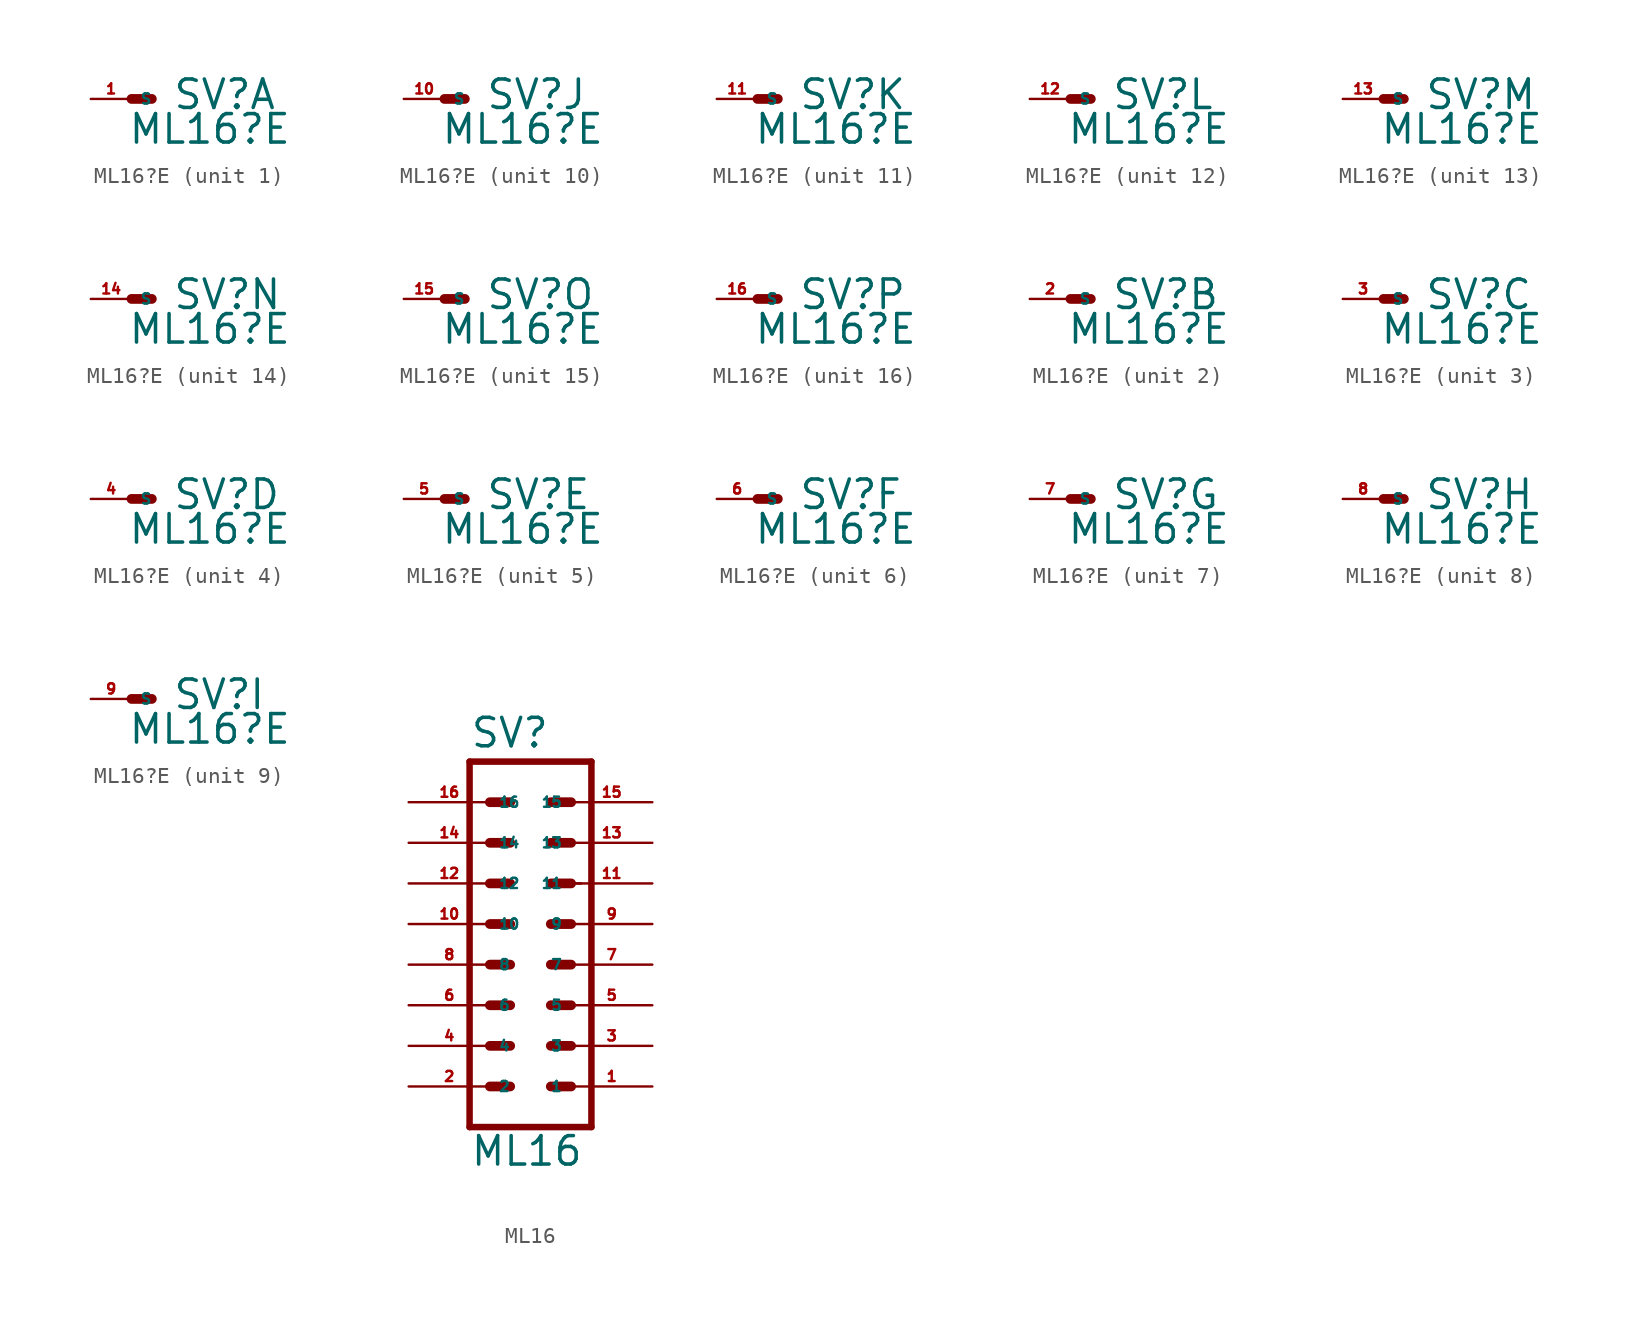
<source format=kicad_sym>
(kicad_symbol_lib
  (version 20220914)
  (generator Eagle2Kicad)
  (symbol "ML16?E"
    (property "Reference" "SV"
      (at 2.54 -0.762 0)
      (effects (font (size 1.778 1.778) (thickness 0.22)) (justify left bottom)))
    (property "Value" "ML16?E"
      (at -0.254 -2.921 0)
      (effects (font (size 1.778 1.778) (thickness 0.22)) (justify left bottom)))
    (symbol "ML16?E_1_0"
      (polyline (pts (xy 1.27 0) (xy 0 0)) (stroke (width 0.61) (type default)) (fill (type none)))
      (pin passive line (at -2.54 0 0) (length 2.54) (name "S" (effects (font (size 0.635 0.635) (thickness 0.08)) (justify left bottom))) (number "1" (effects (font (size 0.635 0.635) (thickness 0.08)) (justify left bottom)))))
    (symbol "ML16?E_2_0"
      (polyline (pts (xy 1.27 0) (xy 0 0)) (stroke (width 0.61) (type default)) (fill (type none)))
      (pin passive line (at -2.54 0 0) (length 2.54) (name "S" (effects (font (size 0.635 0.635) (thickness 0.08)) (justify left bottom))) (number "2" (effects (font (size 0.635 0.635) (thickness 0.08)) (justify left bottom)))))
    (symbol "ML16?E_3_0"
      (polyline (pts (xy 1.27 0) (xy 0 0)) (stroke (width 0.61) (type default)) (fill (type none)))
      (pin passive line (at -2.54 0 0) (length 2.54) (name "S" (effects (font (size 0.635 0.635) (thickness 0.08)) (justify left bottom))) (number "3" (effects (font (size 0.635 0.635) (thickness 0.08)) (justify left bottom)))))
    (symbol "ML16?E_4_0"
      (polyline (pts (xy 1.27 0) (xy 0 0)) (stroke (width 0.61) (type default)) (fill (type none)))
      (pin passive line (at -2.54 0 0) (length 2.54) (name "S" (effects (font (size 0.635 0.635) (thickness 0.08)) (justify left bottom))) (number "4" (effects (font (size 0.635 0.635) (thickness 0.08)) (justify left bottom)))))
    (symbol "ML16?E_5_0"
      (polyline (pts (xy 1.27 0) (xy 0 0)) (stroke (width 0.61) (type default)) (fill (type none)))
      (pin passive line (at -2.54 0 0) (length 2.54) (name "S" (effects (font (size 0.635 0.635) (thickness 0.08)) (justify left bottom))) (number "5" (effects (font (size 0.635 0.635) (thickness 0.08)) (justify left bottom)))))
    (symbol "ML16?E_6_0"
      (polyline (pts (xy 1.27 0) (xy 0 0)) (stroke (width 0.61) (type default)) (fill (type none)))
      (pin passive line (at -2.54 0 0) (length 2.54) (name "S" (effects (font (size 0.635 0.635) (thickness 0.08)) (justify left bottom))) (number "6" (effects (font (size 0.635 0.635) (thickness 0.08)) (justify left bottom)))))
    (symbol "ML16?E_7_0"
      (polyline (pts (xy 1.27 0) (xy 0 0)) (stroke (width 0.61) (type default)) (fill (type none)))
      (pin passive line (at -2.54 0 0) (length 2.54) (name "S" (effects (font (size 0.635 0.635) (thickness 0.08)) (justify left bottom))) (number "7" (effects (font (size 0.635 0.635) (thickness 0.08)) (justify left bottom)))))
    (symbol "ML16?E_8_0"
      (polyline (pts (xy 1.27 0) (xy 0 0)) (stroke (width 0.61) (type default)) (fill (type none)))
      (pin passive line (at -2.54 0 0) (length 2.54) (name "S" (effects (font (size 0.635 0.635) (thickness 0.08)) (justify left bottom))) (number "8" (effects (font (size 0.635 0.635) (thickness 0.08)) (justify left bottom)))))
    (symbol "ML16?E_9_0"
      (polyline (pts (xy 1.27 0) (xy 0 0)) (stroke (width 0.61) (type default)) (fill (type none)))
      (pin passive line (at -2.54 0 0) (length 2.54) (name "S" (effects (font (size 0.635 0.635) (thickness 0.08)) (justify left bottom))) (number "9" (effects (font (size 0.635 0.635) (thickness 0.08)) (justify left bottom)))))
    (symbol "ML16?E_10_0"
      (polyline (pts (xy 1.27 0) (xy 0 0)) (stroke (width 0.61) (type default)) (fill (type none)))
      (pin passive line (at -2.54 0 0) (length 2.54) (name "S" (effects (font (size 0.635 0.635) (thickness 0.08)) (justify left bottom))) (number "10" (effects (font (size 0.635 0.635) (thickness 0.08)) (justify left bottom)))))
    (symbol "ML16?E_11_0"
      (polyline (pts (xy 1.27 0) (xy 0 0)) (stroke (width 0.61) (type default)) (fill (type none)))
      (pin passive line (at -2.54 0 0) (length 2.54) (name "S" (effects (font (size 0.635 0.635) (thickness 0.08)) (justify left bottom))) (number "11" (effects (font (size 0.635 0.635) (thickness 0.08)) (justify left bottom)))))
    (symbol "ML16?E_12_0"
      (polyline (pts (xy 1.27 0) (xy 0 0)) (stroke (width 0.61) (type default)) (fill (type none)))
      (pin passive line (at -2.54 0 0) (length 2.54) (name "S" (effects (font (size 0.635 0.635) (thickness 0.08)) (justify left bottom))) (number "12" (effects (font (size 0.635 0.635) (thickness 0.08)) (justify left bottom)))))
    (symbol "ML16?E_13_0"
      (polyline (pts (xy 1.27 0) (xy 0 0)) (stroke (width 0.61) (type default)) (fill (type none)))
      (pin passive line (at -2.54 0 0) (length 2.54) (name "S" (effects (font (size 0.635 0.635) (thickness 0.08)) (justify left bottom))) (number "13" (effects (font (size 0.635 0.635) (thickness 0.08)) (justify left bottom)))))
    (symbol "ML16?E_14_0"
      (polyline (pts (xy 1.27 0) (xy 0 0)) (stroke (width 0.61) (type default)) (fill (type none)))
      (pin passive line (at -2.54 0 0) (length 2.54) (name "S" (effects (font (size 0.635 0.635) (thickness 0.08)) (justify left bottom))) (number "14" (effects (font (size 0.635 0.635) (thickness 0.08)) (justify left bottom)))))
    (symbol "ML16?E_15_0"
      (polyline (pts (xy 1.27 0) (xy 0 0)) (stroke (width 0.61) (type default)) (fill (type none)))
      (pin passive line (at -2.54 0 0) (length 2.54) (name "S" (effects (font (size 0.635 0.635) (thickness 0.08)) (justify left bottom))) (number "15" (effects (font (size 0.635 0.635) (thickness 0.08)) (justify left bottom)))))
    (symbol "ML16?E_16_0"
      (polyline (pts (xy 1.27 0) (xy 0 0)) (stroke (width 0.61) (type default)) (fill (type none)))
      (pin passive line (at -2.54 0 0) (length 2.54) (name "S" (effects (font (size 0.635 0.635) (thickness 0.08)) (justify left bottom))) (number "16" (effects (font (size 0.635 0.635) (thickness 0.08)) (justify left bottom))))))
  (symbol "ML16"
    (property "Reference" "SV"
      (at -3.81 10.922 0)
      (effects (font (size 1.778 1.778) (thickness 0.22)) (justify left bottom)))
    (property "Value" "ML16"
      (at -3.81 -15.24 0)
      (effects (font (size 1.778 1.778) (thickness 0.22)) (justify left bottom)))
    (polyline
      (pts (xy 3.81 -12.7) (xy -3.81 -12.7))
      (stroke (width 0.406) (type default))
      (fill (type none)))
    (polyline
      (pts (xy -3.81 10.16) (xy -3.81 -12.7))
      (stroke (width 0.406) (type default))
      (fill (type none)))
    (polyline
      (pts (xy -3.81 10.16) (xy 3.81 10.16))
      (stroke (width 0.406) (type default))
      (fill (type none)))
    (polyline
      (pts (xy 3.81 -12.7) (xy 3.81 10.16))
      (stroke (width 0.406) (type default))
      (fill (type none)))
    (polyline
      (pts (xy 2.54 2.54) (xy 3.175 2.54))
      (stroke (width 0.152) (type default))
      (fill (type none)))
    (polyline
      (pts (xy 1.27 0) (xy 2.54 0))
      (stroke (width 0.61) (type default))
      (fill (type none)))
    (polyline
      (pts (xy 1.27 -2.54) (xy 2.54 -2.54))
      (stroke (width 0.61) (type default))
      (fill (type none)))
    (polyline
      (pts (xy 1.27 -5.08) (xy 2.54 -5.08))
      (stroke (width 0.61) (type default))
      (fill (type none)))
    (polyline
      (pts (xy 1.27 -7.62) (xy 2.54 -7.62))
      (stroke (width 0.61) (type default))
      (fill (type none)))
    (polyline
      (pts (xy 1.27 -10.16) (xy 2.54 -10.16))
      (stroke (width 0.61) (type default))
      (fill (type none)))
    (polyline
      (pts (xy -2.54 0) (xy -1.27 0))
      (stroke (width 0.61) (type default))
      (fill (type none)))
    (polyline
      (pts (xy -2.54 -2.54) (xy -1.27 -2.54))
      (stroke (width 0.61) (type default))
      (fill (type none)))
    (polyline
      (pts (xy -2.54 -5.08) (xy -1.27 -5.08))
      (stroke (width 0.61) (type default))
      (fill (type none)))
    (polyline
      (pts (xy -2.54 -7.62) (xy -1.27 -7.62))
      (stroke (width 0.61) (type default))
      (fill (type none)))
    (polyline
      (pts (xy -2.54 -10.16) (xy -1.27 -10.16))
      (stroke (width 0.61) (type default))
      (fill (type none)))
    (polyline
      (pts (xy 1.27 2.54) (xy 2.54 2.54))
      (stroke (width 0.61) (type default))
      (fill (type none)))
    (polyline
      (pts (xy 1.27 5.08) (xy 2.54 5.08))
      (stroke (width 0.61) (type default))
      (fill (type none)))
    (polyline
      (pts (xy 1.27 7.62) (xy 2.54 7.62))
      (stroke (width 0.61) (type default))
      (fill (type none)))
    (polyline
      (pts (xy -2.54 2.54) (xy -1.27 2.54))
      (stroke (width 0.61) (type default))
      (fill (type none)))
    (polyline
      (pts (xy -2.54 5.08) (xy -1.27 5.08))
      (stroke (width 0.61) (type default))
      (fill (type none)))
    (polyline
      (pts (xy -2.54 7.62) (xy -1.27 7.62))
      (stroke (width 0.61) (type default))
      (fill (type none)))
    (pin passive line
      (at 7.62 -10.16 180)
      (length 5.08)
      (name "1" (effects (font (size 0.635 0.635) (thickness 0.08)) (justify left bottom)))
      (number "1" (effects (font (size 0.635 0.635) (thickness 0.08)) (justify left bottom))))
    (pin passive line
      (at 7.62 -7.62 180)
      (length 5.08)
      (name "3" (effects (font (size 0.635 0.635) (thickness 0.08)) (justify left bottom)))
      (number "3" (effects (font (size 0.635 0.635) (thickness 0.08)) (justify left bottom))))
    (pin passive line
      (at 7.62 -5.08 180)
      (length 5.08)
      (name "5" (effects (font (size 0.635 0.635) (thickness 0.08)) (justify left bottom)))
      (number "5" (effects (font (size 0.635 0.635) (thickness 0.08)) (justify left bottom))))
    (pin passive line
      (at 7.62 -2.54 180)
      (length 5.08)
      (name "7" (effects (font (size 0.635 0.635) (thickness 0.08)) (justify left bottom)))
      (number "7" (effects (font (size 0.635 0.635) (thickness 0.08)) (justify left bottom))))
    (pin passive line
      (at 7.62 0 180)
      (length 5.08)
      (name "9" (effects (font (size 0.635 0.635) (thickness 0.08)) (justify left bottom)))
      (number "9" (effects (font (size 0.635 0.635) (thickness 0.08)) (justify left bottom))))
    (pin passive line
      (at 7.62 2.54 180)
      (length 5.08)
      (name "11" (effects (font (size 0.635 0.635) (thickness 0.08)) (justify left bottom)))
      (number "11" (effects (font (size 0.635 0.635) (thickness 0.08)) (justify left bottom))))
    (pin passive line
      (at 7.62 5.08 180)
      (length 5.08)
      (name "13" (effects (font (size 0.635 0.635) (thickness 0.08)) (justify left bottom)))
      (number "13" (effects (font (size 0.635 0.635) (thickness 0.08)) (justify left bottom))))
    (pin passive line
      (at 7.62 7.62 180)
      (length 5.08)
      (name "15" (effects (font (size 0.635 0.635) (thickness 0.08)) (justify left bottom)))
      (number "15" (effects (font (size 0.635 0.635) (thickness 0.08)) (justify left bottom))))
    (pin passive line
      (at -7.62 -10.16 0)
      (length 5.08)
      (name "2" (effects (font (size 0.635 0.635) (thickness 0.08)) (justify left bottom)))
      (number "2" (effects (font (size 0.635 0.635) (thickness 0.08)) (justify left bottom))))
    (pin passive line
      (at -7.62 -7.62 0)
      (length 5.08)
      (name "4" (effects (font (size 0.635 0.635) (thickness 0.08)) (justify left bottom)))
      (number "4" (effects (font (size 0.635 0.635) (thickness 0.08)) (justify left bottom))))
    (pin passive line
      (at -7.62 -5.08 0)
      (length 5.08)
      (name "6" (effects (font (size 0.635 0.635) (thickness 0.08)) (justify left bottom)))
      (number "6" (effects (font (size 0.635 0.635) (thickness 0.08)) (justify left bottom))))
    (pin passive line
      (at -7.62 -2.54 0)
      (length 5.08)
      (name "8" (effects (font (size 0.635 0.635) (thickness 0.08)) (justify left bottom)))
      (number "8" (effects (font (size 0.635 0.635) (thickness 0.08)) (justify left bottom))))
    (pin passive line
      (at -7.62 0 0)
      (length 5.08)
      (name "10" (effects (font (size 0.635 0.635) (thickness 0.08)) (justify left bottom)))
      (number "10" (effects (font (size 0.635 0.635) (thickness 0.08)) (justify left bottom))))
    (pin passive line
      (at -7.62 2.54 0)
      (length 5.08)
      (name "12" (effects (font (size 0.635 0.635) (thickness 0.08)) (justify left bottom)))
      (number "12" (effects (font (size 0.635 0.635) (thickness 0.08)) (justify left bottom))))
    (pin passive line
      (at -7.62 5.08 0)
      (length 5.08)
      (name "14" (effects (font (size 0.635 0.635) (thickness 0.08)) (justify left bottom)))
      (number "14" (effects (font (size 0.635 0.635) (thickness 0.08)) (justify left bottom))))
    (pin passive line
      (at -7.62 7.62 0)
      (length 5.08)
      (name "16" (effects (font (size 0.635 0.635) (thickness 0.08)) (justify left bottom)))
      (number "16" (effects (font (size 0.635 0.635) (thickness 0.08)) (justify left bottom))))))
</source>
